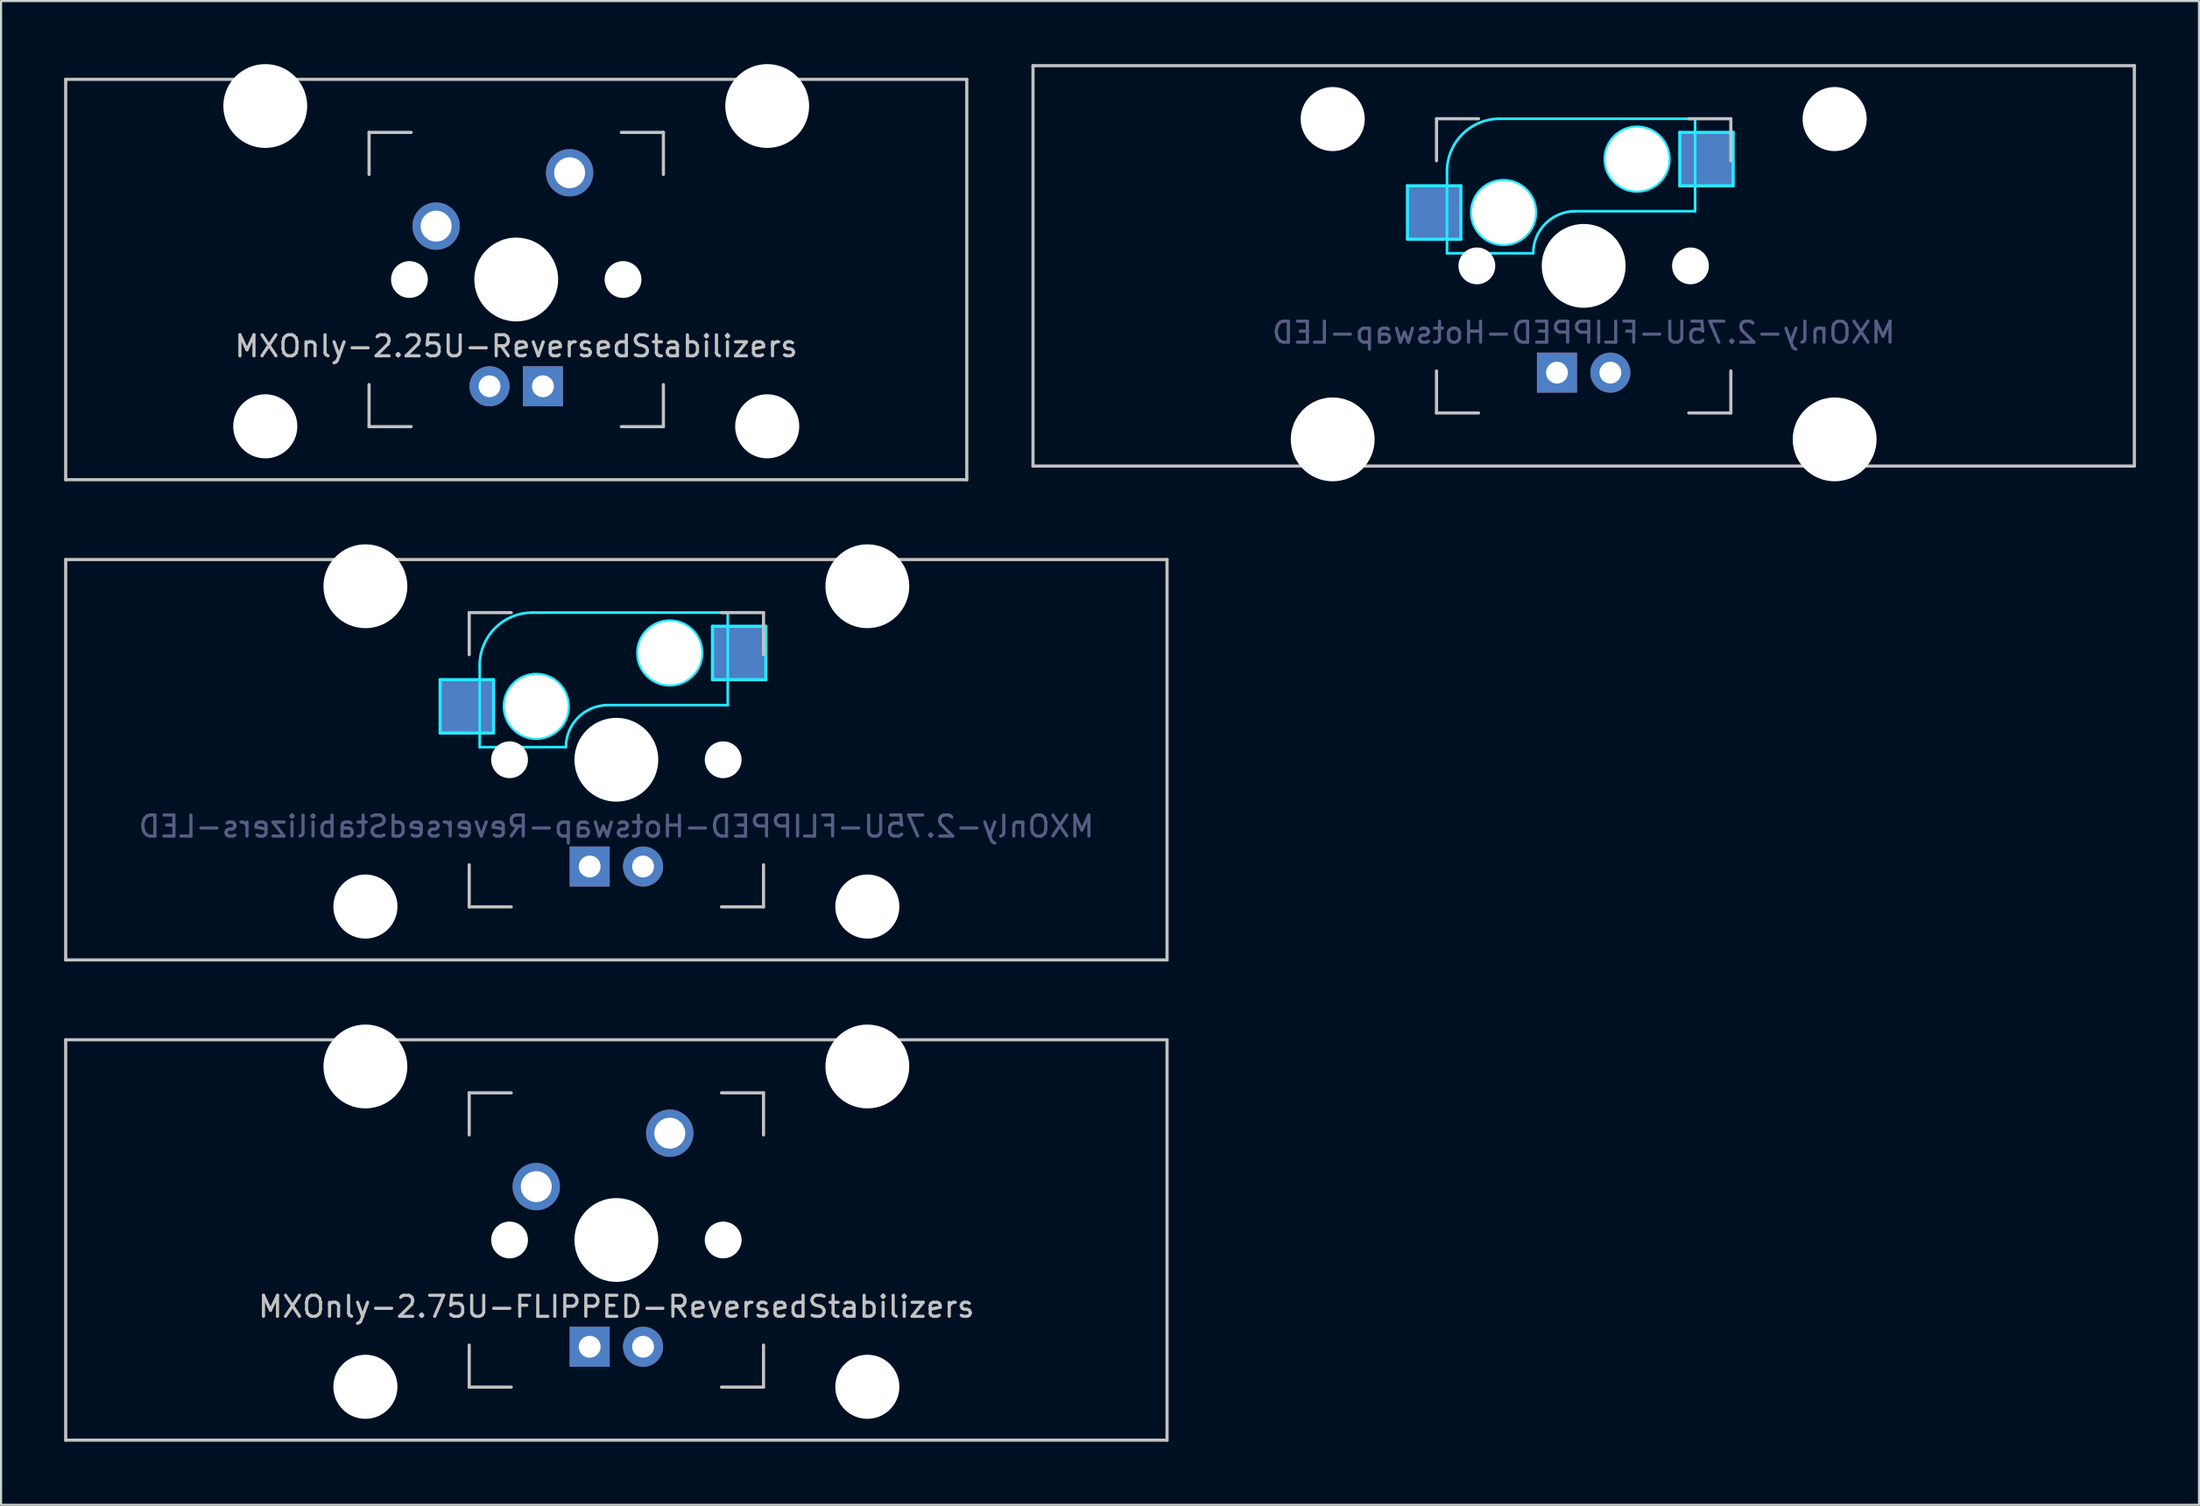
<source format=kicad_pcb>
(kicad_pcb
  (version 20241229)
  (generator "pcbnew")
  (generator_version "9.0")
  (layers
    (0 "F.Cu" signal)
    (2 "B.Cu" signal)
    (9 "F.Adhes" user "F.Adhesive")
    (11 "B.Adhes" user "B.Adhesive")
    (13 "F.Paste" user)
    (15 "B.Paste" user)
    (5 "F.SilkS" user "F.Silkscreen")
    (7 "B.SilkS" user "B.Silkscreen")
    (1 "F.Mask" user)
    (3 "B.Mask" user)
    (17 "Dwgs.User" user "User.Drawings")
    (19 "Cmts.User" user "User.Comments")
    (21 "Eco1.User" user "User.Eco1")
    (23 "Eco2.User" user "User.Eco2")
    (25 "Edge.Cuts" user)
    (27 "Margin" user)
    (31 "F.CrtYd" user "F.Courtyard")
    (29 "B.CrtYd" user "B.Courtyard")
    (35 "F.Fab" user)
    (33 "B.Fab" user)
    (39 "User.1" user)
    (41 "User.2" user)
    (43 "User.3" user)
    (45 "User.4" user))
  (footprint "MXOnly-2.25U-ReversedStabilizers"
    (layer "F.Cu")
    (at 21.506 10.249)
    (property "Reference" "MXOnly-2.25U-ReversedStabilizers" (at 0 3.175 0) (layer "Dwgs.User") (effects (font (size 1 1) (thickness 0.15))))
    (attr through_hole)
    (fp_line (start -21.431 -9.525) (end 21.431 -9.525) (stroke (width 0.15) (type solid)) (layer "Dwgs.User"))
    (fp_line (start -21.431 9.525) (end -21.431 -9.525) (stroke (width 0.15) (type solid)) (layer "Dwgs.User"))
    (fp_line (start -21.431 9.525) (end 21.431 9.525) (stroke (width 0.15) (type solid)) (layer "Dwgs.User"))
    (fp_line (start -7 -7) (end -7 -5) (stroke (width 0.15) (type solid)) (layer "Dwgs.User"))
    (fp_line (start -7 5) (end -7 7) (stroke (width 0.15) (type solid)) (layer "Dwgs.User"))
    (fp_line (start -7 7) (end -5 7) (stroke (width 0.15) (type solid)) (layer "Dwgs.User"))
    (fp_line (start -5 -7) (end -7 -7) (stroke (width 0.15) (type solid)) (layer "Dwgs.User"))
    (fp_line (start 5 -7) (end 7 -7) (stroke (width 0.15) (type solid)) (layer "Dwgs.User"))
    (fp_line (start 5 7) (end 7 7) (stroke (width 0.15) (type solid)) (layer "Dwgs.User"))
    (fp_line (start 7 -7) (end 7 -5) (stroke (width 0.15) (type solid)) (layer "Dwgs.User"))
    (fp_line (start 7 7) (end 7 5) (stroke (width 0.15) (type solid)) (layer "Dwgs.User"))
    (fp_line (start 21.431 -9.525) (end 21.431 9.525) (stroke (width 0.15) (type solid)) (layer "Dwgs.User"))
    (pad "" np_thru_hole circle (at -11.938 -8.255) (size 3.988 3.988) (drill 3.988) (layers "*.Cu" "*.Mask"))
    (pad "" np_thru_hole circle (at -11.938 6.985) (size 3.048 3.048) (drill 3.048) (layers "*.Cu" "*.Mask"))
    (pad "" np_thru_hole circle (at -5.08 0 48.1) (size 1.75 1.75) (drill 1.75) (layers "*.Cu" "*.Mask"))
    (pad "" np_thru_hole circle (at 0 0) (size 3.988 3.988) (drill 3.988) (layers "*.Cu" "*.Mask"))
    (pad "" np_thru_hole circle (at 5.08 0 48.1) (size 1.75 1.75) (drill 1.75) (layers "*.Cu" "*.Mask"))
    (pad "" np_thru_hole circle (at 11.938 -8.255) (size 3.988 3.988) (drill 3.988) (layers "*.Cu" "*.Mask"))
    (pad "" np_thru_hole circle (at 11.938 6.985) (size 3.048 3.048) (drill 3.048) (layers "*.Cu" "*.Mask"))
    (pad "1" thru_hole circle (at -3.81 -2.54) (size 2.25 2.25) (drill 1.47) (layers "*.Cu" "B.Mask"))
    (pad "2" thru_hole circle (at 2.54 -5.08) (size 2.25 2.25) (drill 1.47) (layers "*.Cu" "B.Mask"))
    (pad "3" thru_hole circle (at -1.27 5.08) (size 1.905 1.905) (drill 1.04) (layers "*.Cu" "B.Mask"))
    (pad "4" thru_hole rect (at 1.27 5.08) (size 1.905 1.905) (drill 1.04) (layers "*.Cu" "B.Mask")))
  (footprint "MXOnly-2.75U-FLIPPED-Hotswap-ReversedStabilizers-LED"
    (layer "F.Cu")
    (at 26.269 33.098)
    (property "Reference" "MXOnly-2.75U-FLIPPED-Hotswap-ReversedStabilizers-LED" (at 0 3.175 0) (layer "B.Fab") (effects (font (size 1 1) (thickness 0.15)) (justify mirror)))
    (attr smd)
    (fp_line (start -26.194 -9.525) (end 26.194 -9.525) (stroke (width 0.15) (type solid)) (layer "Dwgs.User"))
    (fp_line (start -26.194 9.525) (end -26.194 -9.525) (stroke (width 0.15) (type solid)) (layer "Dwgs.User"))
    (fp_line (start -7 -7) (end -7 -5) (stroke (width 0.15) (type solid)) (layer "Dwgs.User"))
    (fp_line (start -7 5) (end -7 7) (stroke (width 0.15) (type solid)) (layer "Dwgs.User"))
    (fp_line (start -7 7) (end -5 7) (stroke (width 0.15) (type solid)) (layer "Dwgs.User"))
    (fp_line (start -5 -7) (end -7 -7) (stroke (width 0.15) (type solid)) (layer "Dwgs.User"))
    (fp_line (start 5 -7) (end 7 -7) (stroke (width 0.15) (type solid)) (layer "Dwgs.User"))
    (fp_line (start 5 7) (end 7 7) (stroke (width 0.15) (type solid)) (layer "Dwgs.User"))
    (fp_line (start 7 -7) (end 7 -5) (stroke (width 0.15) (type solid)) (layer "Dwgs.User"))
    (fp_line (start 7 7) (end 7 5) (stroke (width 0.15) (type solid)) (layer "Dwgs.User"))
    (fp_line (start 26.194 -9.525) (end 26.194 9.525) (stroke (width 0.15) (type solid)) (layer "Dwgs.User"))
    (fp_line (start 26.194 9.525) (end -26.194 9.525) (stroke (width 0.15) (type solid)) (layer "Dwgs.User"))
    (fp_line (start -8.382 -3.81) (end -5.842 -3.81) (stroke (width 0.15) (type solid)) (layer "B.CrtYd"))
    (fp_line (start -8.382 -1.27) (end -8.382 -3.81) (stroke (width 0.15) (type solid)) (layer "B.CrtYd"))
    (fp_line (start -6.5 -4.5) (end -6.5 -0.6) (stroke (width 0.127) (type solid)) (layer "B.CrtYd"))
    (fp_line (start -6.5 -0.6) (end -2.4 -0.6) (stroke (width 0.127) (type solid)) (layer "B.CrtYd"))
    (fp_line (start -5.842 -3.81) (end -5.842 -1.27) (stroke (width 0.15) (type solid)) (layer "B.CrtYd"))
    (fp_line (start -5.842 -1.27) (end -8.382 -1.27) (stroke (width 0.15) (type solid)) (layer "B.CrtYd"))
    (fp_line (start -0.4 -2.6) (end 5.3 -2.6) (stroke (width 0.127) (type solid)) (layer "B.CrtYd"))
    (fp_line (start 4.572 -6.35) (end 7.112 -6.35) (stroke (width 0.15) (type solid)) (layer "B.CrtYd"))
    (fp_line (start 4.572 -3.81) (end 4.572 -6.35) (stroke (width 0.15) (type solid)) (layer "B.CrtYd"))
    (fp_line (start 5.3 -7) (end -4 -7) (stroke (width 0.127) (type solid)) (layer "B.CrtYd"))
    (fp_line (start 5.3 -7) (end 5.3 -2.6) (stroke (width 0.127) (type solid)) (layer "B.CrtYd"))
    (fp_line (start 7.112 -6.35) (end 7.112 -3.81) (stroke (width 0.15) (type solid)) (layer "B.CrtYd"))
    (fp_line (start 7.112 -3.81) (end 4.572 -3.81) (stroke (width 0.15) (type solid)) (layer "B.CrtYd"))
    (fp_arc (start -6.5 -4.5) (mid -5.767767 -6.267767) (end -4 -7) (stroke (width 0.127) (type solid)) (layer "B.CrtYd"))
    (fp_arc (start -2.4 -0.6) (mid -1.814214 -2.014214) (end -0.4 -2.6) (stroke (width 0.127) (type solid)) (layer "B.CrtYd"))
    (fp_circle (center -3.81 -2.54) (end -3.81 -4.064) (stroke (width 0.15) (type solid)) (fill no) (layer "B.CrtYd"))
    (fp_circle (center 2.54 -5.08) (end 2.54 -6.604) (stroke (width 0.15) (type solid)) (fill no) (layer "B.CrtYd"))
    (pad "" np_thru_hole circle (at -11.938 -8.255) (size 3.988 3.988) (drill 3.988) (layers "*.Cu" "*.Mask"))
    (pad "" np_thru_hole circle (at -11.938 6.985) (size 3.048 3.048) (drill 3.048) (layers "*.Cu" "*.Mask"))
    (pad "" np_thru_hole circle (at -5.08 0 48.1) (size 1.75 1.75) (drill 1.75) (layers "*.Cu" "*.Mask"))
    (pad "" np_thru_hole circle (at -3.81 -2.54) (size 3 3) (drill 3) (layers "*.Cu" "*.Mask"))
    (pad "" np_thru_hole circle (at 0 0) (size 3.988 3.988) (drill 3.988) (layers "*.Cu" "*.Mask"))
    (pad "" np_thru_hole circle (at 2.54 -5.08) (size 3 3) (drill 3) (layers "*.Cu" "*.Mask"))
    (pad "" np_thru_hole circle (at 5.08 0 48.1) (size 1.75 1.75) (drill 1.75) (layers "*.Cu" "*.Mask"))
    (pad "" np_thru_hole circle (at 11.938 -8.255) (size 3.988 3.988) (drill 3.988) (layers "*.Cu" "*.Mask"))
    (pad "" np_thru_hole circle (at 11.938 6.985) (size 3.048 3.048) (drill 3.048) (layers "*.Cu" "*.Mask"))
    (pad "1" smd rect (at -7.085 -2.54) (size 2.55 2.5) (layers "B.Cu" "B.Mask" "B.Paste"))
    (pad "2" smd rect (at 5.842 -5.08) (size 2.55 2.5) (layers "B.Cu" "B.Mask" "B.Paste"))
    (pad "3" thru_hole circle (at 1.27 5.08 180) (size 1.905 1.905) (drill 1.04) (layers "*.Cu" "B.Mask"))
    (pad "4" thru_hole rect (at -1.27 5.08 180) (size 1.905 1.905) (drill 1.04) (layers "*.Cu" "B.Mask")))
  (footprint "MXOnly-2.75U-FLIPPED-Hotswap-LED"
    (layer "F.Cu")
    (at 72.281 9.6)
    (property "Reference" "MXOnly-2.75U-FLIPPED-Hotswap-LED" (at 0 3.175 0) (layer "B.Fab") (effects (font (size 1 1) (thickness 0.15)) (justify mirror)))
    (attr smd)
    (fp_line (start -26.194 -9.525) (end 26.194 -9.525) (stroke (width 0.15) (type solid)) (layer "Dwgs.User"))
    (fp_line (start -26.194 9.525) (end -26.194 -9.525) (stroke (width 0.15) (type solid)) (layer "Dwgs.User"))
    (fp_line (start -7 -7) (end -7 -5) (stroke (width 0.15) (type solid)) (layer "Dwgs.User"))
    (fp_line (start -7 5) (end -7 7) (stroke (width 0.15) (type solid)) (layer "Dwgs.User"))
    (fp_line (start -7 7) (end -5 7) (stroke (width 0.15) (type solid)) (layer "Dwgs.User"))
    (fp_line (start -5 -7) (end -7 -7) (stroke (width 0.15) (type solid)) (layer "Dwgs.User"))
    (fp_line (start 5 -7) (end 7 -7) (stroke (width 0.15) (type solid)) (layer "Dwgs.User"))
    (fp_line (start 5 7) (end 7 7) (stroke (width 0.15) (type solid)) (layer "Dwgs.User"))
    (fp_line (start 7 -7) (end 7 -5) (stroke (width 0.15) (type solid)) (layer "Dwgs.User"))
    (fp_line (start 7 7) (end 7 5) (stroke (width 0.15) (type solid)) (layer "Dwgs.User"))
    (fp_line (start 26.194 -9.525) (end 26.194 9.525) (stroke (width 0.15) (type solid)) (layer "Dwgs.User"))
    (fp_line (start 26.194 9.525) (end -26.194 9.525) (stroke (width 0.15) (type solid)) (layer "Dwgs.User"))
    (fp_line (start -8.382 -3.81) (end -5.842 -3.81) (stroke (width 0.15) (type solid)) (layer "B.CrtYd"))
    (fp_line (start -8.382 -1.27) (end -8.382 -3.81) (stroke (width 0.15) (type solid)) (layer "B.CrtYd"))
    (fp_line (start -6.5 -4.5) (end -6.5 -0.6) (stroke (width 0.127) (type solid)) (layer "B.CrtYd"))
    (fp_line (start -6.5 -0.6) (end -2.4 -0.6) (stroke (width 0.127) (type solid)) (layer "B.CrtYd"))
    (fp_line (start -5.842 -3.81) (end -5.842 -1.27) (stroke (width 0.15) (type solid)) (layer "B.CrtYd"))
    (fp_line (start -5.842 -1.27) (end -8.382 -1.27) (stroke (width 0.15) (type solid)) (layer "B.CrtYd"))
    (fp_line (start -0.4 -2.6) (end 5.3 -2.6) (stroke (width 0.127) (type solid)) (layer "B.CrtYd"))
    (fp_line (start 4.572 -6.35) (end 7.112 -6.35) (stroke (width 0.15) (type solid)) (layer "B.CrtYd"))
    (fp_line (start 4.572 -3.81) (end 4.572 -6.35) (stroke (width 0.15) (type solid)) (layer "B.CrtYd"))
    (fp_line (start 5.3 -7) (end -4 -7) (stroke (width 0.127) (type solid)) (layer "B.CrtYd"))
    (fp_line (start 5.3 -7) (end 5.3 -2.6) (stroke (width 0.127) (type solid)) (layer "B.CrtYd"))
    (fp_line (start 7.112 -6.35) (end 7.112 -3.81) (stroke (width 0.15) (type solid)) (layer "B.CrtYd"))
    (fp_line (start 7.112 -3.81) (end 4.572 -3.81) (stroke (width 0.15) (type solid)) (layer "B.CrtYd"))
    (fp_arc (start -6.5 -4.5) (mid -5.767767 -6.267767) (end -4 -7) (stroke (width 0.127) (type solid)) (layer "B.CrtYd"))
    (fp_arc (start -2.4 -0.6) (mid -1.814214 -2.014214) (end -0.4 -2.6) (stroke (width 0.127) (type solid)) (layer "B.CrtYd"))
    (fp_circle (center -3.81 -2.54) (end -3.81 -4.064) (stroke (width 0.15) (type solid)) (fill no) (layer "B.CrtYd"))
    (fp_circle (center 2.54 -5.08) (end 2.54 -6.604) (stroke (width 0.15) (type solid)) (fill no) (layer "B.CrtYd"))
    (pad "" np_thru_hole circle (at -11.938 -6.985) (size 3.048 3.048) (drill 3.048) (layers "*.Cu" "*.Mask"))
    (pad "" np_thru_hole circle (at -11.938 8.255) (size 3.988 3.988) (drill 3.988) (layers "*.Cu" "*.Mask"))
    (pad "" np_thru_hole circle (at -5.08 0 48.1) (size 1.75 1.75) (drill 1.75) (layers "*.Cu" "*.Mask"))
    (pad "" np_thru_hole circle (at -3.81 -2.54) (size 3 3) (drill 3) (layers "*.Cu" "*.Mask"))
    (pad "" np_thru_hole circle (at 0 0) (size 3.988 3.988) (drill 3.988) (layers "*.Cu" "*.Mask"))
    (pad "" np_thru_hole circle (at 2.54 -5.08) (size 3 3) (drill 3) (layers "*.Cu" "*.Mask"))
    (pad "" np_thru_hole circle (at 5.08 0 48.1) (size 1.75 1.75) (drill 1.75) (layers "*.Cu" "*.Mask"))
    (pad "" np_thru_hole circle (at 11.938 -6.985) (size 3.048 3.048) (drill 3.048) (layers "*.Cu" "*.Mask"))
    (pad "" np_thru_hole circle (at 11.938 8.255) (size 3.988 3.988) (drill 3.988) (layers "*.Cu" "*.Mask"))
    (pad "1" smd rect (at -7.085 -2.54) (size 2.55 2.5) (layers "B.Cu" "B.Mask" "B.Paste"))
    (pad "2" smd rect (at 5.842 -5.08) (size 2.55 2.5) (layers "B.Cu" "B.Mask" "B.Paste"))
    (pad "3" thru_hole circle (at 1.27 5.08 180) (size 1.905 1.905) (drill 1.04) (layers "*.Cu" "B.Mask"))
    (pad "4" thru_hole rect (at -1.27 5.08 180) (size 1.905 1.905) (drill 1.04) (layers "*.Cu" "B.Mask")))
  (footprint "MXOnly-2.75U-FLIPPED-ReversedStabilizers"
    (layer "F.Cu")
    (at 26.269 55.947)
    (property "Reference" "MXOnly-2.75U-FLIPPED-ReversedStabilizers" (at 0 3.175 0) (layer "Dwgs.User") (effects (font (size 1 1) (thickness 0.15))))
    (attr through_hole)
    (fp_line (start -26.194 -9.525) (end 26.194 -9.525) (stroke (width 0.15) (type solid)) (layer "Dwgs.User"))
    (fp_line (start -26.194 9.525) (end -26.194 -9.525) (stroke (width 0.15) (type solid)) (layer "Dwgs.User"))
    (fp_line (start -26.194 9.525) (end 26.194 9.525) (stroke (width 0.15) (type solid)) (layer "Dwgs.User"))
    (fp_line (start -7 -7) (end -7 -5) (stroke (width 0.15) (type solid)) (layer "Dwgs.User"))
    (fp_line (start -7 5) (end -7 7) (stroke (width 0.15) (type solid)) (layer "Dwgs.User"))
    (fp_line (start -7 7) (end -5 7) (stroke (width 0.15) (type solid)) (layer "Dwgs.User"))
    (fp_line (start -5 -7) (end -7 -7) (stroke (width 0.15) (type solid)) (layer "Dwgs.User"))
    (fp_line (start 5 -7) (end 7 -7) (stroke (width 0.15) (type solid)) (layer "Dwgs.User"))
    (fp_line (start 5 7) (end 7 7) (stroke (width 0.15) (type solid)) (layer "Dwgs.User"))
    (fp_line (start 7 -7) (end 7 -5) (stroke (width 0.15) (type solid)) (layer "Dwgs.User"))
    (fp_line (start 7 7) (end 7 5) (stroke (width 0.15) (type solid)) (layer "Dwgs.User"))
    (fp_line (start 26.194 -9.525) (end 26.194 9.525) (stroke (width 0.15) (type solid)) (layer "Dwgs.User"))
    (pad "" np_thru_hole circle (at -11.938 -8.255) (size 3.988 3.988) (drill 3.988) (layers "*.Cu" "*.Mask"))
    (pad "" np_thru_hole circle (at -11.938 6.985) (size 3.048 3.048) (drill 3.048) (layers "*.Cu" "*.Mask"))
    (pad "" np_thru_hole circle (at -5.08 0 48.1) (size 1.75 1.75) (drill 1.75) (layers "*.Cu" "*.Mask"))
    (pad "" np_thru_hole circle (at 0 0) (size 3.988 3.988) (drill 3.988) (layers "*.Cu" "*.Mask"))
    (pad "" np_thru_hole circle (at 5.08 0 48.1) (size 1.75 1.75) (drill 1.75) (layers "*.Cu" "*.Mask"))
    (pad "" np_thru_hole circle (at 11.938 -8.255) (size 3.988 3.988) (drill 3.988) (layers "*.Cu" "*.Mask"))
    (pad "" np_thru_hole circle (at 11.938 6.985) (size 3.048 3.048) (drill 3.048) (layers "*.Cu" "*.Mask"))
    (pad "1" thru_hole circle (at -3.81 -2.54) (size 2.25 2.25) (drill 1.47) (layers "*.Cu" "B.Mask"))
    (pad "2" thru_hole circle (at 2.54 -5.08) (size 2.25 2.25) (drill 1.47) (layers "*.Cu" "B.Mask"))
    (pad "3" thru_hole circle (at 1.27 5.08) (size 1.905 1.905) (drill 1.04) (layers "*.Cu" "B.Mask"))
    (pad "4" thru_hole rect (at -1.27 5.08) (size 1.905 1.905) (drill 1.04) (layers "*.Cu" "B.Mask")))
  (gr_rect
    (start -3 -3)
    (end 101.55 68.547)
    (stroke (width 0.1) (type default))
    (fill no)
    (layer "Edge.Cuts")))
</source>
